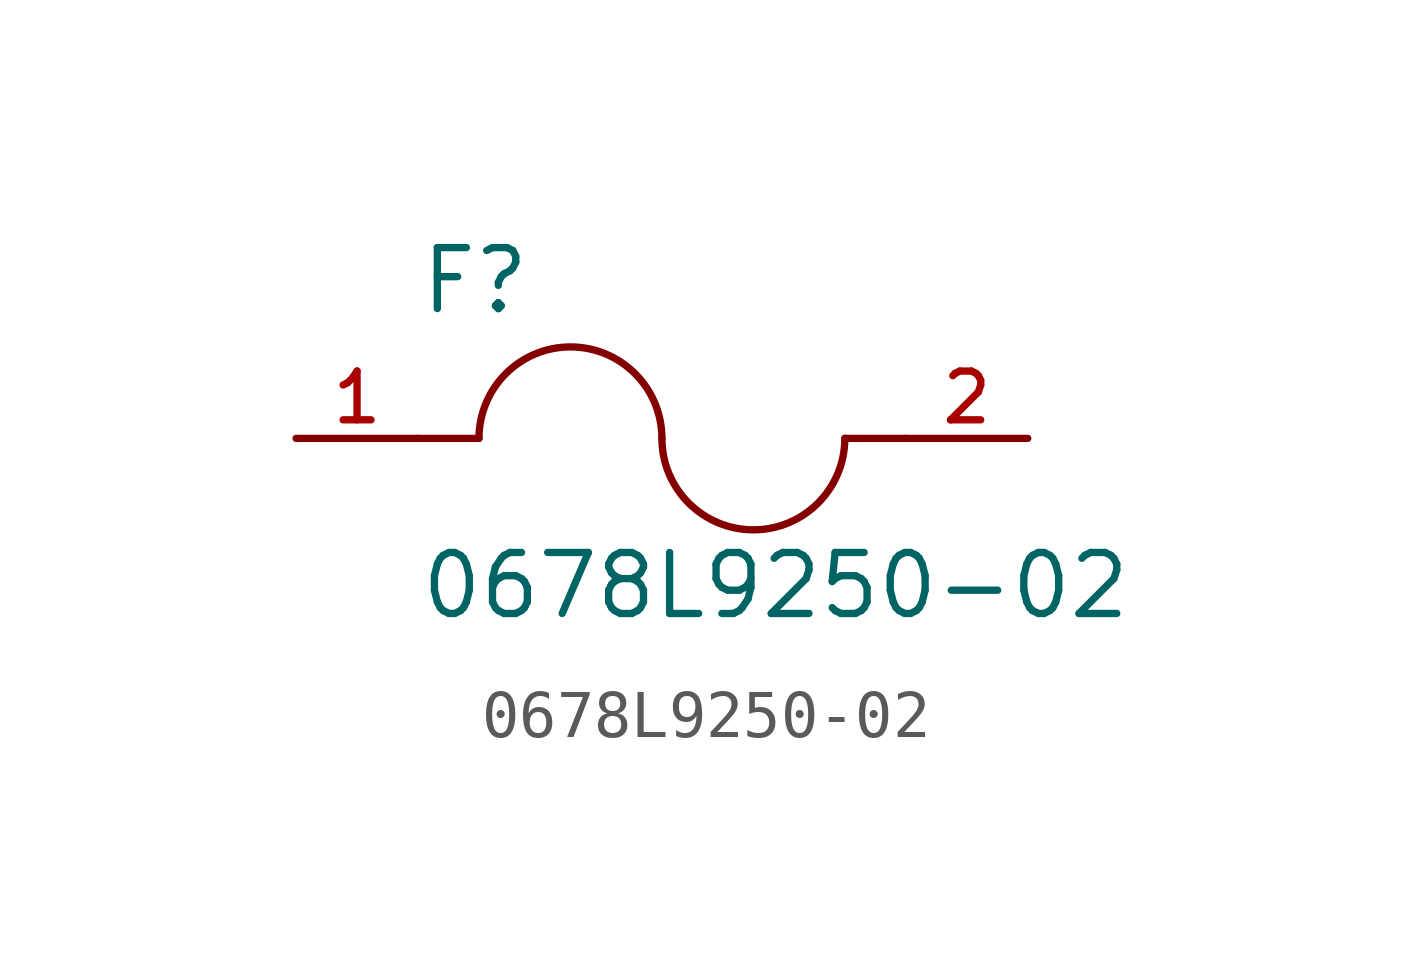
<source format=kicad_sym>
(kicad_symbol_lib
  (version 20211014)
  (generator kicad_symbol_editor)
  (symbol "0678L9250-02"
    (pin_names
      (offset 1.016))
    (property "Reference" "F"
      (at -5.08 2.54 0)
      (effects (font (size 1.27 1.27)) (justify bottom left)))
    (property "Value" "0678L9250-02"
      (at -5.08 -3.81 0)
      (effects (font (size 1.27 1.27)) (justify bottom left)))
    (symbol "0678L9250-02_0_0"
      (arc (start 0.0 0.0) (mid -1.905 1.905) (end -3.81 0.0) (stroke (width 0.1524) (type default) (color 0 0 0 0)) (fill (type none)))
      (arc (start 3.81 0.0) (mid 1.905 -1.905) (end 0.0 0.0) (stroke (width 0.1524) (type default) (color 0 0 0 0)) (fill (type none)))
      (polyline (pts (xy 5.08 0.0) (xy 3.81 0.0)) (stroke (width 0.152)))
      (polyline (pts (xy -5.08 0.0) (xy -3.81 0.0)) (stroke (width 0.152)))
      (pin passive line (at -7.62 0.0 0) (length 2.54) (name "~" (effects (font (size 1.016 1.016)))) (number "1" (effects (font (size 1.016 1.016)))))
      (pin passive line (at 7.62 0.0 180.0) (length 2.54) (name "~" (effects (font (size 1.016 1.016)))) (number "2" (effects (font (size 1.016 1.016))))))))
</source>
